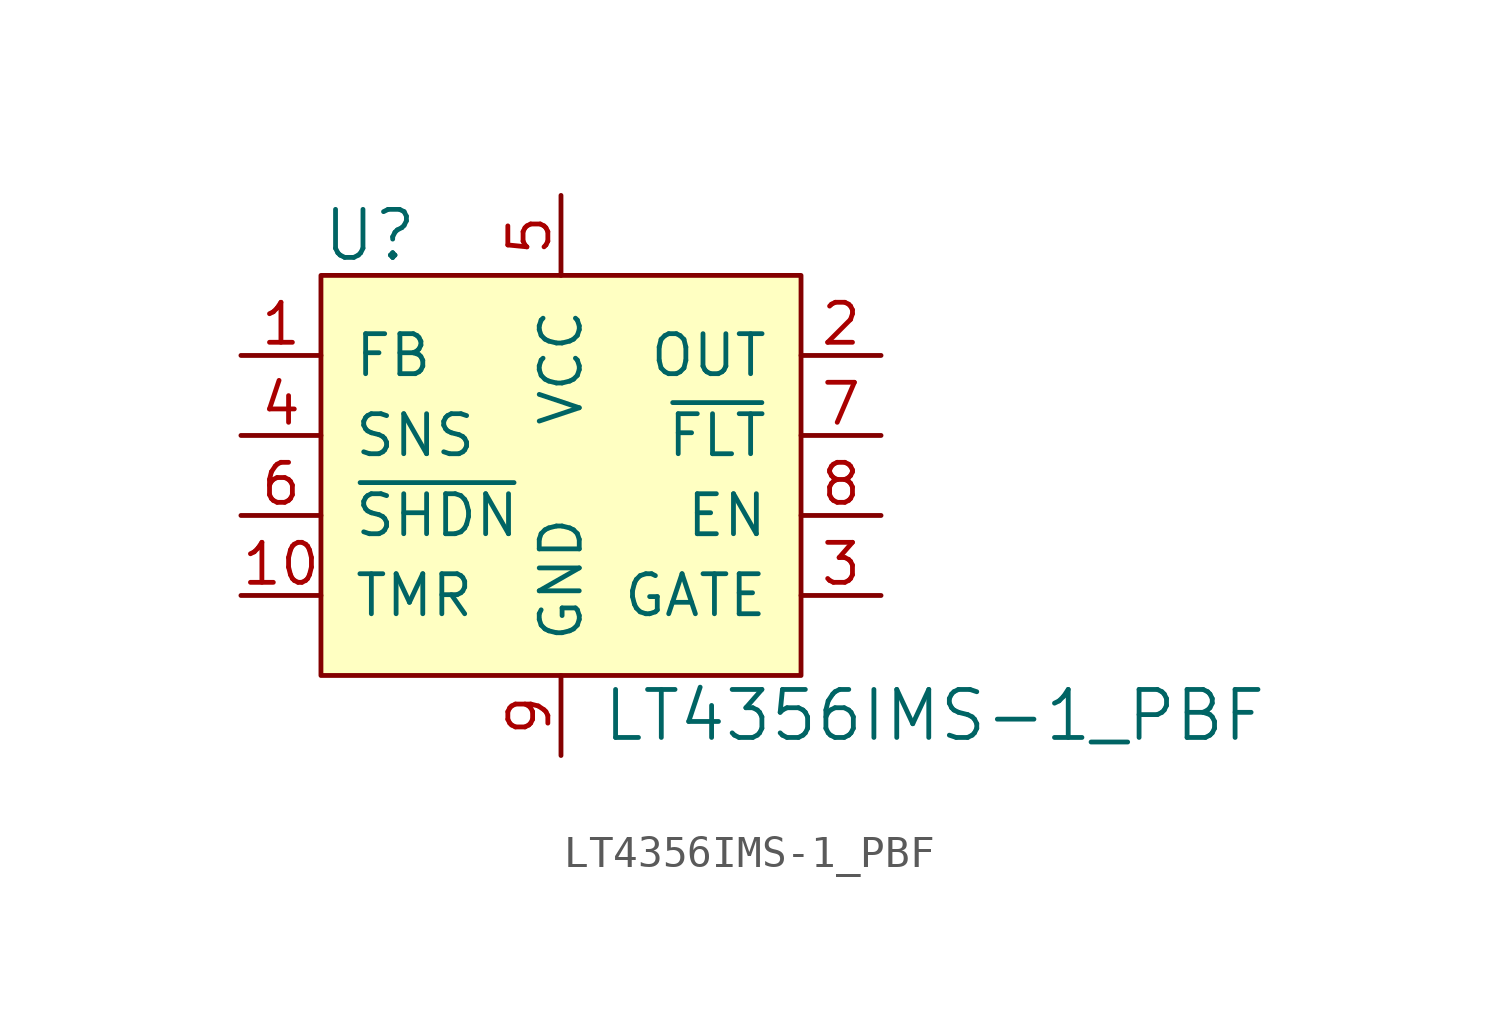
<source format=kicad_sym>
(kicad_symbol_lib
  (version 20211014)
  (generator kicad_symbol_editor)
  (symbol "LT4356IMS-1_PBF"
    (pin_names
      (offset 1.016))
    (property "Reference" "U"
      (at -5.08 3.81 0)
      (effects (font (size 1.524 1.524)) (justify left)))
    (property "Value" "LT4356IMS-1_PBF"
      (at 3.81 -11.43 0)
      (effects (font (size 1.524 1.524)) (justify left)))
    (symbol "LT4356IMS-1_PBF_0_1"
      (rectangle (start -5.08 2.54) (end 10.16 -10.16) (stroke (width 0) (type default) (color 0 0 0 0)) (fill (type background))))
    (symbol "LT4356IMS-1_PBF_1_1"
      (pin input line (at -7.62 0 0) (length 2.54) (name "FB" (effects (font (size 1.27 1.27)))) (number "1" (effects (font (size 1.27 1.27)))))
      (pin passive line (at -7.62 -7.62 0) (length 2.54) (name "TMR" (effects (font (size 1.27 1.27)))) (number "10" (effects (font (size 1.27 1.27)))))
      (pin output line (at 12.7 0 180) (length 2.54) (name "OUT" (effects (font (size 1.27 1.27)))) (number "2" (effects (font (size 1.27 1.27)))))
      (pin input line (at 12.7 -7.62 180) (length 2.54) (name "GATE" (effects (font (size 1.27 1.27)))) (number "3" (effects (font (size 1.27 1.27)))))
      (pin passive line (at -7.62 -2.54 0) (length 2.54) (name "SNS" (effects (font (size 1.27 1.27)))) (number "4" (effects (font (size 1.27 1.27)))))
      (pin power_in line (at 2.54 5.08 270) (length 2.54) (name "VCC" (effects (font (size 1.27 1.27)))) (number "5" (effects (font (size 1.27 1.27)))))
      (pin input line (at -7.62 -5.08 0) (length 2.54) (name "~{SHDN}" (effects (font (size 1.27 1.27)))) (number "6" (effects (font (size 1.27 1.27)))))
      (pin output line (at 12.7 -2.54 180) (length 2.54) (name "~{FLT}" (effects (font (size 1.27 1.27)))) (number "7" (effects (font (size 1.27 1.27)))))
      (pin output line (at 12.7 -5.08 180) (length 2.54) (name "EN" (effects (font (size 1.27 1.27)))) (number "8" (effects (font (size 1.27 1.27)))))
      (pin power_in line (at 2.54 -12.7 90) (length 2.54) (name "GND" (effects (font (size 1.27 1.27)))) (number "9" (effects (font (size 1.27 1.27))))))))
</source>
